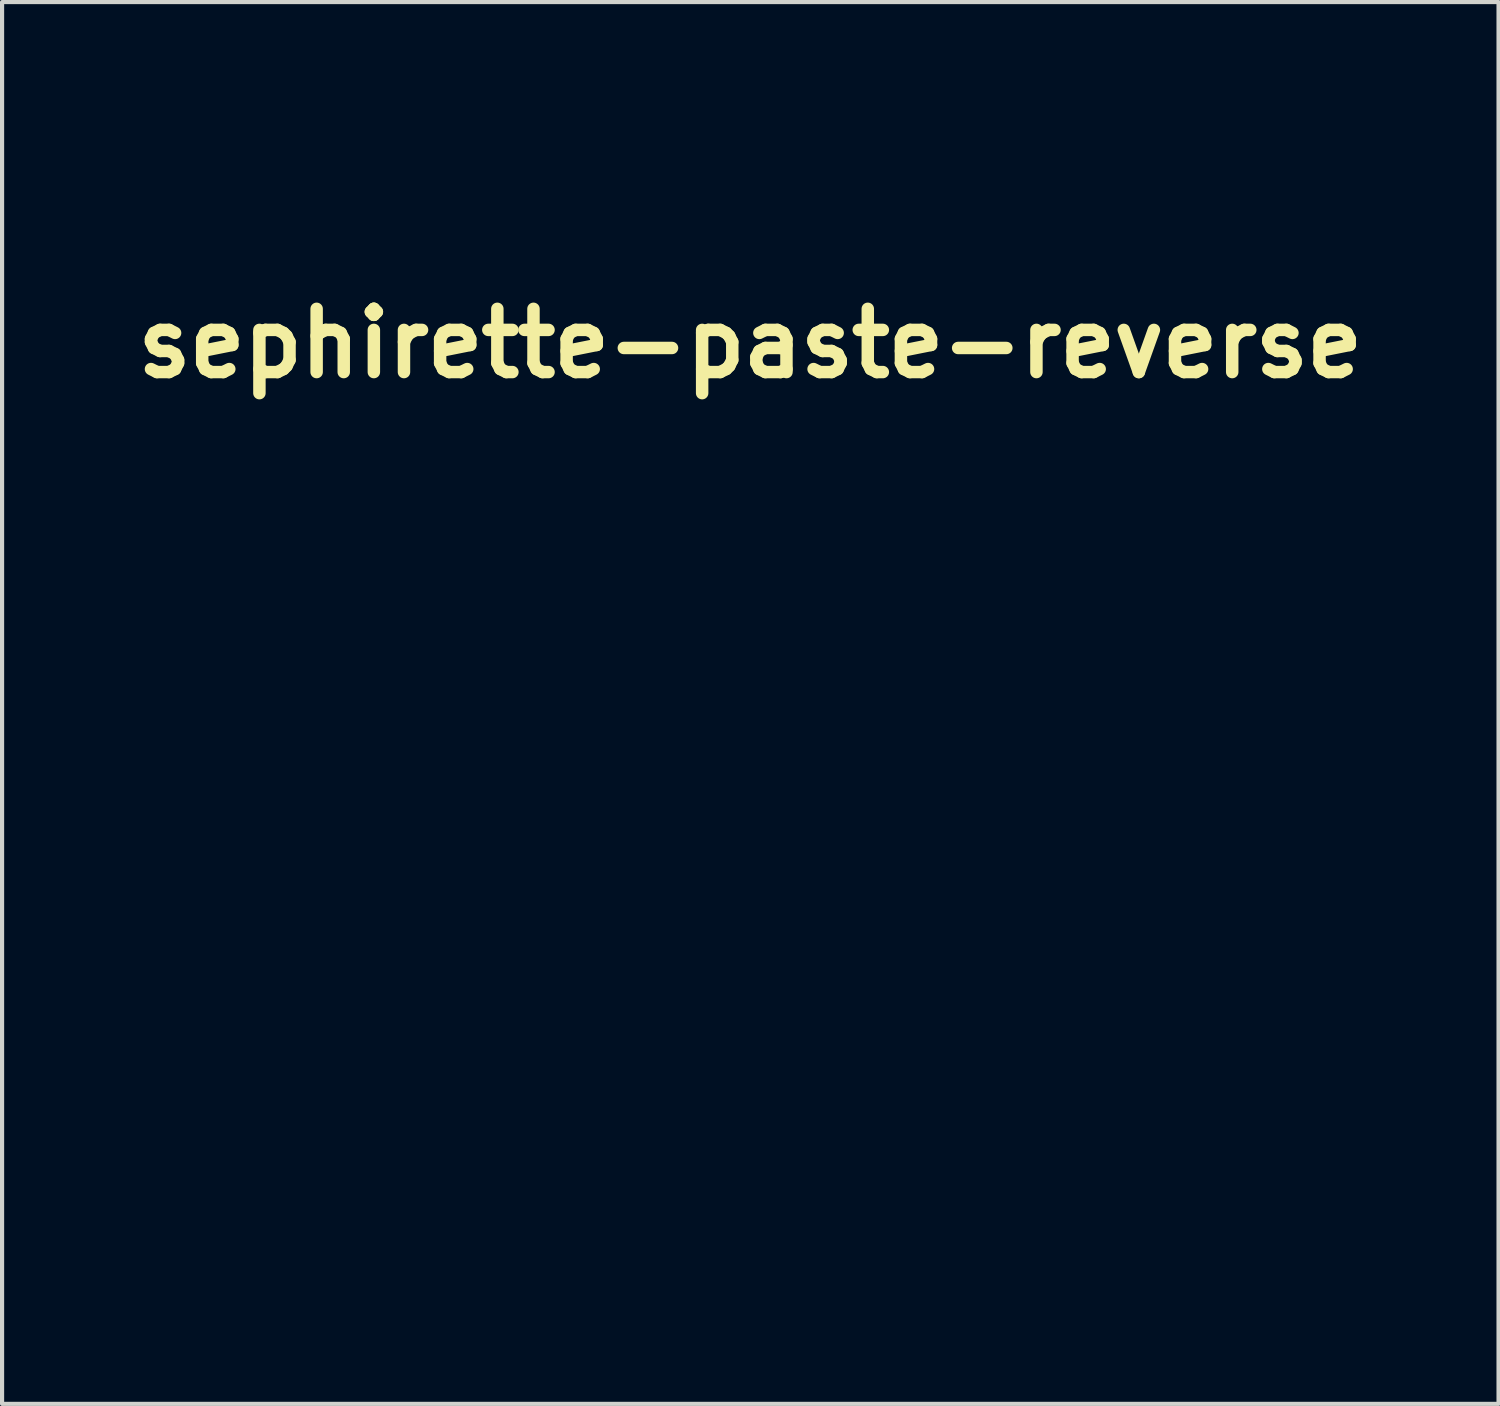
<source format=kicad_pcb>
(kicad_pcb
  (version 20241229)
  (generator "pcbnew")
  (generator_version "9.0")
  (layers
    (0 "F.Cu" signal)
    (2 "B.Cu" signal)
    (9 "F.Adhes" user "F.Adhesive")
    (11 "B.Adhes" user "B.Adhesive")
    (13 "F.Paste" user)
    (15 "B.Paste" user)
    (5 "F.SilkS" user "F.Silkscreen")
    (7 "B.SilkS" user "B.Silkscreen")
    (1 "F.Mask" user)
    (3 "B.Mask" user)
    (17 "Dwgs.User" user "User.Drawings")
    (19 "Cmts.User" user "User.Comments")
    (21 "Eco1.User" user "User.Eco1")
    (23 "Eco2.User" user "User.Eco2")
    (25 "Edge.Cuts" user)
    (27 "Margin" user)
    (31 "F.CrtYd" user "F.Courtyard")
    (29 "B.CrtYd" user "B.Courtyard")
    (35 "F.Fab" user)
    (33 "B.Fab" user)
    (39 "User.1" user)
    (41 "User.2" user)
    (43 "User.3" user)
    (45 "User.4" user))
  (footprint "sephirette-paste-reverse"
    (layer "F.Cu")
    (at 15.03 12.846)
    (property "Reference" "sephirette-paste-reverse" (at 0 -7.62 0) (layer "F.SilkS") (effects (font (size 1.524 1.524) (thickness 0.3))))
    (attr board_only exclude_from_pos_files exclude_from_bom)
    (fp_poly (pts (xy -1.612 0.38) (xy -1.57 0.423) (xy -1.613 0.469) (xy -1.648 0.504) (xy -1.692 0.545) (xy -1.741 0.588) (xy -1.788 0.628) (xy -1.829 0.66) (xy -1.857 0.681) (xy -1.867 0.686) (xy -1.886 0.677) (xy -1.915 0.655) (xy -1.921 0.649) (xy -1.962 0.613) (xy -1.889 0.551) (xy -1.839 0.507) (xy -1.782 0.456) (xy -1.735 0.412) (xy -1.654 0.336)) (stroke (width 0) (type solid)) (fill yes) (layer "B.Mask"))
    (fp_poly (pts (xy -13.856 -12.634) (xy -13.778 -12.554) (xy -13.693 -12.466) (xy -13.609 -12.378) (xy -13.533 -12.298) (xy -13.486 -12.247) (xy -13.323 -12.072) (xy -13.366 -12.011) (xy -13.391 -11.976) (xy -13.408 -11.953) (xy -13.412 -11.949) (xy -13.422 -11.959) (xy -13.45 -11.988) (xy -13.492 -12.032) (xy -13.547 -12.09) (xy -13.611 -12.158) (xy -13.682 -12.233) (xy -13.683 -12.235) (xy -13.77 -12.329) (xy -13.841 -12.406) (xy -13.895 -12.47) (xy -13.938 -12.525) (xy -13.97 -12.575) (xy -13.994 -12.623) (xy -14.014 -12.673) (xy -14.032 -12.73) (xy -14.044 -12.773) (xy -14.063 -12.846)) (stroke (width 0) (type solid)) (fill yes) (layer "B.Mask"))
    (fp_poly (pts (xy -1.829 0.152) (xy -1.783 0.164) (xy -1.754 0.183) (xy -1.736 0.213) (xy -1.735 0.214) (xy -1.729 0.238) (xy -1.734 0.259) (xy -1.754 0.286) (xy -1.783 0.318) (xy -1.823 0.357) (xy -1.87 0.401) (xy -1.919 0.444) (xy -1.964 0.482) (xy -2 0.51) (xy -2.022 0.524) (xy -2.025 0.525) (xy -2.038 0.515) (xy -2.067 0.487) (xy -2.108 0.446) (xy -2.158 0.394) (xy -2.176 0.374) (xy -2.317 0.224) (xy -2.275 0.199) (xy -2.246 0.184) (xy -2.214 0.173) (xy -2.172 0.165) (xy -2.114 0.159) (xy -2.036 0.153) (xy -1.984 0.151) (xy -1.894 0.148)) (stroke (width 0) (type solid)) (fill yes) (layer "B.Mask"))
    (fp_poly (pts (xy 2.012 12.285) (xy 2.05 12.293) (xy 2.149 12.314) (xy 2.269 12.336) (xy 2.406 12.357) (xy 2.55 12.378) (xy 2.696 12.396) (xy 2.837 12.412) (xy 2.966 12.423) (xy 3.036 12.428) (xy 3.122 12.434) (xy 3.182 12.442) (xy 3.221 12.454) (xy 3.242 12.472) (xy 3.25 12.499) (xy 3.247 12.536) (xy 3.246 12.543) (xy 3.239 12.583) (xy 3.226 12.642) (xy 3.21 12.714) (xy 3.193 12.784) (xy 3.178 12.849) (xy 3.164 12.915) (xy 3.151 12.988) (xy 3.137 13.07) (xy 3.122 13.167) (xy 3.106 13.281) (xy 3.088 13.417) (xy 3.07 13.553) (xy 3.057 13.675) (xy 3.049 13.81) (xy 3.044 13.95) (xy 3.043 14.091) (xy 3.046 14.224) (xy 3.053 14.344) (xy 3.064 14.445) (xy 3.069 14.477) (xy 3.095 14.62) (xy 3.047 14.7) (xy 3.004 14.761) (xy 2.954 14.807) (xy 2.891 14.846) (xy 2.807 14.88) (xy 2.785 14.887) (xy 2.657 14.918) (xy 2.511 14.932) (xy 2.344 14.929) (xy 2.291 14.925) (xy 2.218 14.918) (xy 2.153 14.91) (xy 2.091 14.899) (xy 2.026 14.885) (xy 1.951 14.866) (xy 1.862 14.841) (xy 1.753 14.808) (xy 1.722 14.799) (xy 1.622 14.769) (xy 1.517 14.738) (xy 1.416 14.709) (xy 1.328 14.684) (xy 1.277 14.67) (xy 1.17 14.64) (xy 1.061 14.608) (xy 0.955 14.575) (xy 0.857 14.544) (xy 0.77 14.514) (xy 0.7 14.489) (xy 0.65 14.468) (xy 0.632 14.459) (xy 0.59 14.426) (xy 0.555 14.382) (xy 0.526 14.323) (xy 0.503 14.247) (xy 0.485 14.15) (xy 0.469 14.029) (xy 0.459 13.915) (xy 0.455 13.851) (xy 0.455 13.808) (xy 0.461 13.773) (xy 0.474 13.739) (xy 0.49 13.705) (xy 0.526 13.649) (xy 0.574 13.588) (xy 0.614 13.547) (xy 0.698 13.47) (xy 1.191 13.468) (xy 1.311 13.467) (xy 1.423 13.466) (xy 1.524 13.464) (xy 1.61 13.463) (xy 1.677 13.461) (xy 1.721 13.459) (xy 1.736 13.457) (xy 1.782 13.45) (xy 1.838 13.44) (xy 1.86 13.435) (xy 1.934 13.421) (xy 1.928 13.172) (xy 1.927 13.087) (xy 1.927 12.99) (xy 1.928 12.886) (xy 1.929 12.779) (xy 1.932 12.672) (xy 1.935 12.571) (xy 1.938 12.478) (xy 1.942 12.4) (xy 1.946 12.339) (xy 1.95 12.3) (xy 1.953 12.287) (xy 1.971 12.28)) (stroke (width 0) (type solid)) (fill yes) (layer "B.Mask"))
    (fp_poly (pts (xy 4.926 11.903) (xy 4.924 11.93) (xy 4.886 12.158) (xy 4.854 12.381) (xy 4.826 12.597) (xy 4.804 12.801) (xy 4.788 12.991) (xy 4.778 13.163) (xy 4.774 13.314) (xy 4.777 13.437) (xy 4.783 13.512) (xy 4.794 13.606) (xy 4.808 13.709) (xy 4.823 13.809) (xy 4.83 13.848) (xy 4.854 14.008) (xy 4.869 14.155) (xy 4.874 14.287) (xy 4.87 14.4) (xy 4.856 14.49) (xy 4.846 14.525) (xy 4.806 14.61) (xy 4.754 14.685) (xy 4.695 14.742) (xy 4.659 14.765) (xy 4.625 14.779) (xy 4.573 14.798) (xy 4.507 14.82) (xy 4.436 14.843) (xy 4.364 14.866) (xy 4.298 14.885) (xy 4.243 14.9) (xy 4.207 14.909) (xy 4.198 14.91) (xy 4.176 14.904) (xy 4.135 14.891) (xy 4.088 14.875) (xy 4.037 14.854) (xy 3.994 14.834) (xy 3.971 14.819) (xy 3.949 14.801) (xy 3.912 14.769) (xy 3.865 14.73) (xy 3.844 14.712) (xy 3.69 14.59) (xy 3.52 14.469) (xy 3.35 14.361) (xy 3.273 14.314) (xy 3.219 14.275) (xy 3.182 14.237) (xy 3.159 14.195) (xy 3.147 14.143) (xy 3.141 14.075) (xy 3.139 14.027) (xy 3.139 13.98) (xy 3.142 13.913) (xy 3.147 13.833) (xy 3.153 13.742) (xy 3.161 13.646) (xy 3.17 13.548) (xy 3.179 13.453) (xy 3.188 13.365) (xy 3.197 13.289) (xy 3.205 13.229) (xy 3.212 13.189) (xy 3.217 13.174) (xy 3.218 13.174) (xy 3.232 13.179) (xy 3.268 13.193) (xy 3.321 13.213) (xy 3.385 13.237) (xy 3.391 13.24) (xy 3.457 13.265) (xy 3.514 13.286) (xy 3.555 13.3) (xy 3.575 13.305) (xy 3.575 13.305) (xy 3.583 13.291) (xy 3.587 13.251) (xy 3.588 13.188) (xy 3.587 13.105) (xy 3.583 13.004) (xy 3.575 12.89) (xy 3.566 12.769) (xy 3.559 12.684) (xy 3.554 12.609) (xy 3.55 12.549) (xy 3.549 12.509) (xy 3.55 12.493) (xy 3.567 12.488) (xy 3.607 12.48) (xy 3.662 12.472) (xy 3.702 12.466) (xy 3.785 12.452) (xy 3.887 12.428) (xy 3.997 12.399) (xy 4.108 12.365) (xy 4.212 12.33) (xy 4.298 12.296) (xy 4.308 12.292) (xy 4.365 12.264) (xy 4.438 12.222) (xy 4.522 12.171) (xy 4.61 12.115) (xy 4.695 12.058) (xy 4.77 12.004) (xy 4.817 11.968) (xy 4.862 11.933) (xy 4.898 11.906) (xy 4.92 11.892) (xy 4.923 11.89)) (stroke (width 0) (type solid)) (fill yes) (layer "B.Mask"))
    (fp_poly (pts (xy -10.9 -9.439) (xy -10.897 -9.438) (xy -10.893 -9.436) (xy -10.887 -9.432) (xy -10.879 -9.426) (xy -10.868 -9.416) (xy -10.854 -9.404) (xy -10.837 -9.386) (xy -10.815 -9.365) (xy -10.789 -9.338) (xy -10.757 -9.305) (xy -10.719 -9.266) (xy -10.675 -9.22) (xy -10.624 -9.166) (xy -10.566 -9.105) (xy -10.5 -9.035) (xy -10.426 -8.956) (xy -10.342 -8.867) (xy -10.249 -8.767) (xy -10.146 -8.657) (xy -10.032 -8.536) (xy -9.908 -8.403) (xy -9.772 -8.257) (xy -9.623 -8.098) (xy -9.462 -7.925) (xy -9.288 -7.738) (xy -9.1 -7.537) (xy -8.898 -7.32) (xy -8.681 -7.087) (xy -8.449 -6.838) (xy -8.201 -6.572) (xy -7.937 -6.288) (xy -7.656 -5.986) (xy -7.358 -5.666) (xy -7.041 -5.326) (xy -6.707 -4.966) (xy -6.353 -4.586) (xy -6.063 -4.275) (xy -5.856 -4.053) (xy -5.652 -3.834) (xy -5.452 -3.619) (xy -5.257 -3.409) (xy -5.067 -3.206) (xy -4.885 -3.01) (xy -4.711 -2.824) (xy -4.547 -2.647) (xy -4.393 -2.482) (xy -4.25 -2.329) (xy -4.12 -2.189) (xy -4.004 -2.065) (xy -3.903 -1.956) (xy -3.817 -1.865) (xy -3.749 -1.791) (xy -3.699 -1.738) (xy -3.679 -1.717) (xy -3.38 -1.398) (xy -3.255 -1.522) (xy -3.189 -1.585) (xy -3.14 -1.629) (xy -3.103 -1.656) (xy -3.075 -1.669) (xy -3.052 -1.67) (xy -3.036 -1.664) (xy -3.006 -1.636) (xy -2.998 -1.596) (xy -3.012 -1.538) (xy -3.014 -1.531) (xy -3.025 -1.487) (xy -3.036 -1.424) (xy -3.043 -1.353) (xy -3.045 -1.317) (xy -3.053 -1.167) (xy -3.202 -1.167) (xy -3.327 -1.161) (xy -3.428 -1.143) (xy -3.502 -1.113) (xy -3.527 -1.095) (xy -3.56 -1.056) (xy -3.587 -1.003) (xy -3.602 -0.95) (xy -3.604 -0.934) (xy -3.608 -0.915) (xy -3.628 -0.906) (xy -3.66 -0.905) (xy -3.7 -0.909) (xy -3.728 -0.92) (xy -3.731 -0.923) (xy -3.747 -0.951) (xy -3.756 -0.975) (xy -3.758 -0.991) (xy -3.75 -1.012) (xy -3.731 -1.039) (xy -3.697 -1.078) (xy -3.645 -1.132) (xy -3.632 -1.145) (xy -3.583 -1.197) (xy -3.542 -1.242) (xy -3.515 -1.276) (xy -3.503 -1.295) (xy -3.503 -1.297) (xy -3.515 -1.311) (xy -3.543 -1.343) (xy -3.586 -1.391) (xy -3.64 -1.451) (xy -3.704 -1.521) (xy -3.765 -1.586) (xy -3.797 -1.621) (xy -3.837 -1.663) (xy -3.883 -1.713) (xy -3.937 -1.771) (xy -4 -1.838) (xy -4.07 -1.914) (xy -4.15 -1.999) (xy -4.239 -2.095) (xy -4.339 -2.202) (xy -4.449 -2.32) (xy -4.569 -2.45) (xy -4.702 -2.592) (xy -4.846 -2.747) (xy -5.004 -2.916) (xy -5.174 -3.099) (xy -5.357 -3.296) (xy -5.555 -3.508) (xy -5.767 -3.736) (xy -5.995 -3.98) (xy -6.238 -4.241) (xy -6.497 -4.519) (xy -6.772 -4.815) (xy -7.065 -5.129) (xy -7.375 -5.462) (xy -7.703 -5.814) (xy -8.049 -6.187) (xy -8.415 -6.579) (xy -8.678 -6.862) (xy -8.89 -7.089) (xy -9.096 -7.311) (xy -9.297 -7.526) (xy -9.49 -7.734) (xy -9.675 -7.934) (xy -9.852 -8.124) (xy -10.019 -8.304) (xy -10.175 -8.472) (xy -10.32 -8.629) (xy -10.453 -8.772) (xy -10.572 -8.901) (xy -10.678 -9.015) (xy -10.768 -9.114) (xy -10.843 -9.195) (xy -10.901 -9.258) (xy -10.941 -9.302) (xy -10.963 -9.327) (xy -10.966 -9.331) (xy -10.968 -9.366) (xy -10.953 -9.403) (xy -10.928 -9.431) (xy -10.905 -9.439) (xy -10.903 -9.439)) (stroke (width 0) (type solid)) (fill yes) (layer "B.Mask"))
    (fp_poly (pts (xy 2.744 -2.576) (xy 2.811 -2.549) (xy 2.872 -2.515) (xy 2.942 -2.473) (xy 3.019 -2.428) (xy 3.098 -2.383) (xy 3.175 -2.34) (xy 3.246 -2.301) (xy 3.307 -2.268) (xy 3.352 -2.245) (xy 3.379 -2.233) (xy 3.383 -2.232) (xy 3.405 -2.24) (xy 3.44 -2.258) (xy 3.454 -2.268) (xy 3.491 -2.288) (xy 3.546 -2.315) (xy 3.611 -2.345) (xy 3.655 -2.363) (xy 3.728 -2.394) (xy 3.803 -2.426) (xy 3.868 -2.454) (xy 3.895 -2.466) (xy 3.963 -2.492) (xy 4.04 -2.517) (xy 4.093 -2.53) (xy 4.155 -2.541) (xy 4.204 -2.544) (xy 4.254 -2.539) (xy 4.292 -2.532) (xy 4.378 -2.506) (xy 4.48 -2.463) (xy 4.592 -2.405) (xy 4.71 -2.336) (xy 4.826 -2.257) (xy 4.837 -2.249) (xy 4.91 -2.195) (xy 4.965 -2.149) (xy 5.01 -2.105) (xy 5.051 -2.057) (xy 5.091 -2.003) (xy 5.171 -1.883) (xy 5.24 -1.762) (xy 5.3 -1.635) (xy 5.353 -1.495) (xy 5.402 -1.338) (xy 5.448 -1.165) (xy 5.471 -1.068) (xy 5.491 -0.979) (xy 5.508 -0.895) (xy 5.523 -0.813) (xy 5.536 -0.728) (xy 5.547 -0.637) (xy 5.558 -0.537) (xy 5.567 -0.424) (xy 5.576 -0.295) (xy 5.585 -0.146) (xy 5.595 0.026) (xy 5.602 0.16) (xy 5.613 0.366) (xy 5.625 0.545) (xy 5.637 0.697) (xy 5.649 0.826) (xy 5.663 0.933) (xy 5.666 0.956) (xy 5.677 1.038) (xy 5.69 1.142) (xy 5.702 1.26) (xy 5.715 1.385) (xy 5.726 1.508) (xy 5.732 1.576) (xy 5.742 1.702) (xy 5.753 1.839) (xy 5.764 1.979) (xy 5.774 2.112) (xy 5.783 2.228) (xy 5.787 2.272) (xy 5.795 2.388) (xy 5.801 2.493) (xy 5.804 2.595) (xy 5.805 2.701) (xy 5.803 2.819) (xy 5.799 2.957) (xy 5.796 3.077) (xy 5.793 3.202) (xy 5.791 3.326) (xy 5.79 3.441) (xy 5.79 3.537) (xy 5.791 3.574) (xy 5.791 3.698) (xy 5.788 3.837) (xy 5.784 3.986) (xy 5.777 4.136) (xy 5.768 4.281) (xy 5.758 4.415) (xy 5.747 4.531) (xy 5.74 4.588) (xy 5.732 4.647) (xy 5.723 4.729) (xy 5.711 4.828) (xy 5.699 4.938) (xy 5.686 5.054) (xy 5.676 5.157) (xy 5.641 5.461) (xy 5.601 5.741) (xy 5.558 5.996) (xy 5.51 6.225) (xy 5.479 6.354) (xy 5.458 6.432) (xy 5.436 6.523) (xy 5.416 6.607) (xy 5.413 6.624) (xy 5.382 6.735) (xy 5.339 6.867) (xy 5.285 7.015) (xy 5.221 7.175) (xy 5.151 7.341) (xy 5.075 7.51) (xy 4.996 7.677) (xy 4.916 7.837) (xy 4.836 7.986) (xy 4.76 8.119) (xy 4.708 8.204) (xy 4.674 8.257) (xy 4.641 8.31) (xy 4.624 8.338) (xy 4.598 8.377) (xy 4.559 8.428) (xy 4.517 8.482) (xy 4.509 8.491) (xy 4.467 8.541) (xy 4.428 8.587) (xy 4.4 8.622) (xy 4.395 8.628) (xy 4.366 8.655) (xy 4.342 8.661) (xy 4.341 8.661) (xy 4.335 8.653) (xy 4.336 8.634) (xy 4.346 8.6) (xy 4.364 8.547) (xy 4.394 8.473) (xy 4.408 8.437) (xy 4.448 8.34) (xy 4.491 8.229) (xy 4.534 8.118) (xy 4.57 8.02) (xy 4.574 8.01) (xy 4.605 7.924) (xy 4.637 7.837) (xy 4.666 7.758) (xy 4.69 7.695) (xy 4.695 7.681) (xy 4.714 7.62) (xy 4.736 7.537) (xy 4.76 7.437) (xy 4.783 7.327) (xy 4.805 7.213) (xy 4.824 7.102) (xy 4.839 7) (xy 4.843 6.966) (xy 4.862 6.797) (xy 4.878 6.619) (xy 4.892 6.436) (xy 4.903 6.256) (xy 4.91 6.086) (xy 4.914 5.932) (xy 4.914 5.8) (xy 4.914 5.799) (xy 4.91 5.681) (xy 4.906 5.589) (xy 4.9 5.523) (xy 4.894 5.484) (xy 4.886 5.471) (xy 4.878 5.487) (xy 4.869 5.531) (xy 4.861 5.597) (xy 4.852 5.679) (xy 4.844 5.771) (xy 4.838 5.855) (xy 4.837 5.874) (xy 4.826 5.986) (xy 4.809 6.113) (xy 4.785 6.25) (xy 4.756 6.391) (xy 4.725 6.531) (xy 4.69 6.665) (xy 4.655 6.788) (xy 4.62 6.893) (xy 4.586 6.977) (xy 4.577 6.995) (xy 4.562 7.031) (xy 4.542 7.088) (xy 4.519 7.158) (xy 4.496 7.235) (xy 4.492 7.248) (xy 4.452 7.382) (xy 4.408 7.519) (xy 4.362 7.654) (xy 4.316 7.78) (xy 4.271 7.894) (xy 4.231 7.988) (xy 4.205 8.042) (xy 4.176 8.096) (xy 4.152 8.137) (xy 4.137 8.16) (xy 4.132 8.164) (xy 4.133 8.148) (xy 4.139 8.11) (xy 4.15 8.055) (xy 4.164 7.993) (xy 4.179 7.921) (xy 4.193 7.854) (xy 4.206 7.789) (xy 4.217 7.722) (xy 4.226 7.653) (xy 4.235 7.577) (xy 4.244 7.492) (xy 4.252 7.396) (xy 4.26 7.286) (xy 4.268 7.159) (xy 4.277 7.013) (xy 4.286 6.844) (xy 4.296 6.652) (xy 4.304 6.492) (xy 4.31 6.387) (xy 4.316 6.276) (xy 4.323 6.169) (xy 4.329 6.074) (xy 4.333 6.018) (xy 4.34 5.914) (xy 4.345 5.818) (xy 4.347 5.733) (xy 4.347 5.664) (xy 4.345 5.613) (xy 4.34 5.585) (xy 4.334 5.581) (xy 4.321 5.602) (xy 4.301 5.646) (xy 4.276 5.705) (xy 4.249 5.774) (xy 4.221 5.847) (xy 4.195 5.918) (xy 4.174 5.983) (xy 4.16 6.028) (xy 4.125 6.174) (xy 4.09 6.348) (xy 4.057 6.55) (xy 4.026 6.778) (xy 3.996 7.032) (xy 3.968 7.311) (xy 3.959 7.404) (xy 3.951 7.518) (xy 3.944 7.647) (xy 3.938 7.785) (xy 3.935 7.929) (xy 3.933 8.072) (xy 3.933 8.21) (xy 3.935 8.338) (xy 3.939 8.452) (xy 3.945 8.546) (xy 3.952 8.615) (xy 3.988 8.795) (xy 4.041 8.972) (xy 4.107 9.139) (xy 4.184 9.287) (xy 4.214 9.336) (xy 4.248 9.393) (xy 4.269 9.442) (xy 4.275 9.477) (xy 4.266 9.496) (xy 4.259 9.498) (xy 4.244 9.488) (xy 4.212 9.461) (xy 4.168 9.421) (xy 4.117 9.371) (xy 4.101 9.355) (xy 3.946 9.181) (xy 3.81 8.986) (xy 3.693 8.77) (xy 3.594 8.533) (xy 3.514 8.273) (xy 3.481 8.14) (xy 3.448 7.982) (xy 3.42 7.835) (xy 3.398 7.693) (xy 3.382 7.551) (xy 3.37 7.404) (xy 3.362 7.245) (xy 3.357 7.068) (xy 3.356 6.869) (xy 3.356 6.845) (xy 3.364 6.426) (xy 3.388 6.026) (xy 3.429 5.647) (xy 3.486 5.289) (xy 3.559 4.955) (xy 3.596 4.816) (xy 3.612 4.758) (xy 3.623 4.71) (xy 3.629 4.681) (xy 3.629 4.675) (xy 3.62 4.684) (xy 3.6 4.715) (xy 3.572 4.761) (xy 3.539 4.819) (xy 3.503 4.883) (xy 3.466 4.948) (xy 3.433 5.01) (xy 3.406 5.063) (xy 3.402 5.07) (xy 3.36 5.169) (xy 3.319 5.289) (xy 3.28 5.425) (xy 3.246 5.569) (xy 3.219 5.713) (xy 3.199 5.851) (xy 3.196 5.879) (xy 3.184 6.019) (xy 3.172 6.18) (xy 3.161 6.354) (xy 3.151 6.537) (xy 3.141 6.722) (xy 3.134 6.903) (xy 3.128 7.074) (xy 3.124 7.228) (xy 3.123 7.36) (xy 3.123 7.368) (xy 3.125 7.513) (xy 3.134 7.636) (xy 3.15 7.743) (xy 3.175 7.839) (xy 3.211 7.932) (xy 3.257 8.027) (xy 3.27 8.05) (xy 3.296 8.105) (xy 3.303 8.14) (xy 3.301 8.149) (xy 3.291 8.153) (xy 3.272 8.146) (xy 3.239 8.124) (xy 3.192 8.085) (xy 3.136 8.038) (xy 3.075 7.984) (xy 3.016 7.931) (xy 2.967 7.884) (xy 2.933 7.85) (xy 2.93 7.847) (xy 2.882 7.782) (xy 2.831 7.693) (xy 2.777 7.585) (xy 2.725 7.464) (xy 2.675 7.334) (xy 2.63 7.2) (xy 2.591 7.067) (xy 2.56 6.94) (xy 2.554 6.908) (xy 2.54 6.823) (xy 2.527 6.719) (xy 2.515 6.602) (xy 2.504 6.477) (xy 2.495 6.352) (xy 2.489 6.232) (xy 2.485 6.124) (xy 2.485 6.035) (xy 2.487 5.985) (xy 2.494 5.915) (xy 2.506 5.822) (xy 2.524 5.71) (xy 2.545 5.586) (xy 2.57 5.453) (xy 2.596 5.318) (xy 2.623 5.184) (xy 2.651 5.059) (xy 2.663 5.002) (xy 2.681 4.925) (xy 2.696 4.855) (xy 2.707 4.8) (xy 2.713 4.764) (xy 2.714 4.756) (xy 2.717 4.733) (xy 2.726 4.685) (xy 2.74 4.617) (xy 2.758 4.534) (xy 2.779 4.439) (xy 2.803 4.338) (xy 2.827 4.233) (xy 2.851 4.13) (xy 2.875 4.032) (xy 2.897 3.944) (xy 2.904 3.917) (xy 2.92 3.853) (xy 2.942 3.768) (xy 2.967 3.669) (xy 2.994 3.563) (xy 3.021 3.459) (xy 3.025 3.443) (xy 3.052 3.337) (xy 3.079 3.228) (xy 3.104 3.122) (xy 3.125 3.028) (xy 3.141 2.954) (xy 3.142 2.947) (xy 3.154 2.889) (xy 3.163 2.836) (xy 3.172 2.786) (xy 3.181 2.732) (xy 3.189 2.669) (xy 3.199 2.595) (xy 3.211 2.503) (xy 3.225 2.388) (xy 3.232 2.327) (xy 3.244 2.232) (xy 3.258 2.125) (xy 3.273 2.02) (xy 3.283 1.955) (xy 3.295 1.869) (xy 3.308 1.778) (xy 3.319 1.694) (xy 3.326 1.641) (xy 3.341 1.531) (xy 3.363 1.413) (xy 3.392 1.281) (xy 3.431 1.129) (xy 3.44 1.092) (xy 3.454 1.039) (xy 3.465 0.99) (xy 3.474 0.941) (xy 3.482 0.886) (xy 3.488 0.822) (xy 3.495 0.743) (xy 3.501 0.646) (xy 3.508 0.525) (xy 3.51 0.501) (xy 3.517 0.366) (xy 3.522 0.234) (xy 3.526 0.11) (xy 3.527 -0.001) (xy 3.527 -0.09) (xy 3.526 -0.124) (xy 3.518 -0.332) (xy 3.51 -0.512) (xy 3.503 -0.667) (xy 3.5 -0.729) (xy 3.953 -0.729) (xy 3.953 -0.658) (xy 3.956 -0.6) (xy 3.961 -0.559) (xy 3.969 -0.54) (xy 3.971 -0.54) (xy 3.992 -0.546) (xy 4.032 -0.563) (xy 4.083 -0.586) (xy 4.099 -0.595) (xy 4.16 -0.628) (xy 4.201 -0.657) (xy 4.229 -0.688) (xy 4.241 -0.708) (xy 4.271 -0.776) (xy 4.294 -0.858) (xy 4.31 -0.947) (xy 4.318 -1.033) (xy 4.315 -1.108) (xy 4.304 -1.16) (xy 4.275 -1.2) (xy 4.23 -1.222) (xy 4.176 -1.226) (xy 4.118 -1.214) (xy 4.061 -1.185) (xy 4.012 -1.142) (xy 3.986 -1.104) (xy 3.977 -1.074) (xy 3.969 -1.024) (xy 3.962 -0.959) (xy 3.957 -0.885) (xy 3.954 -0.806) (xy 3.953 -0.729) (xy 3.5 -0.729) (xy 3.496 -0.799) (xy 3.489 -0.909) (xy 3.483 -1) (xy 3.477 -1.073) (xy 3.47 -1.131) (xy 3.463 -1.175) (xy 3.455 -1.208) (xy 3.447 -1.231) (xy 3.445 -1.236) (xy 3.434 -1.231) (xy 3.412 -1.205) (xy 3.382 -1.16) (xy 3.348 -1.106) (xy 3.24 -0.948) (xy 3.111 -0.8) (xy 2.969 -0.672) (xy 2.926 -0.637) (xy 2.891 -0.612) (xy 2.871 -0.599) (xy 2.869 -0.598) (xy 2.87 -0.611) (xy 2.88 -0.645) (xy 2.897 -0.696) (xy 2.913 -0.74) (xy 2.935 -0.807) (xy 2.954 -0.87) (xy 2.967 -0.921) (xy 2.97 -0.941) (xy 2.976 -0.994) (xy 2.984 -1.045) (xy 2.984 -1.049) (xy 2.993 -1.099) (xy 2.959 -1.057) (xy 2.928 -1.017) (xy 2.893 -0.971) (xy 2.882 -0.956) (xy 2.849 -0.914) (xy 2.805 -0.864) (xy 2.766 -0.824) (xy 2.712 -0.763) (xy 2.676 -0.703) (xy 2.67 -0.687) (xy 2.65 -0.639) (xy 2.634 -0.619) (xy 2.621 -0.629) (xy 2.61 -0.667) (xy 2.605 -0.708) (xy 2.6 -0.807) (xy 2.607 -0.913) (xy 2.627 -1.035) (xy 2.642 -1.107) (xy 2.681 -1.296) (xy 2.71 -1.485) (xy 2.73 -1.669) (xy 2.74 -1.846) (xy 2.74 -2.011) (xy 2.733 -2.137) (xy 3.531 -2.137) (xy 3.538 -2.13) (xy 3.545 -2.137) (xy 3.538 -2.145) (xy 3.531 -2.137) (xy 2.733 -2.137) (xy 2.731 -2.16) (xy 2.712 -2.29) (xy 2.683 -2.397) (xy 2.677 -2.414) (xy 2.654 -2.474) (xy 2.643 -2.515) (xy 2.644 -2.542) (xy 2.655 -2.561) (xy 2.658 -2.565) (xy 2.693 -2.581)) (stroke (width 0) (type solid)) (fill yes) (layer "B.Mask")))
  (gr_rect
    (start -3 -3)
    (end 33.059 30.778)
    (stroke (width 0.1) (type default))
    (fill no)
    (layer "Edge.Cuts")))
</source>
